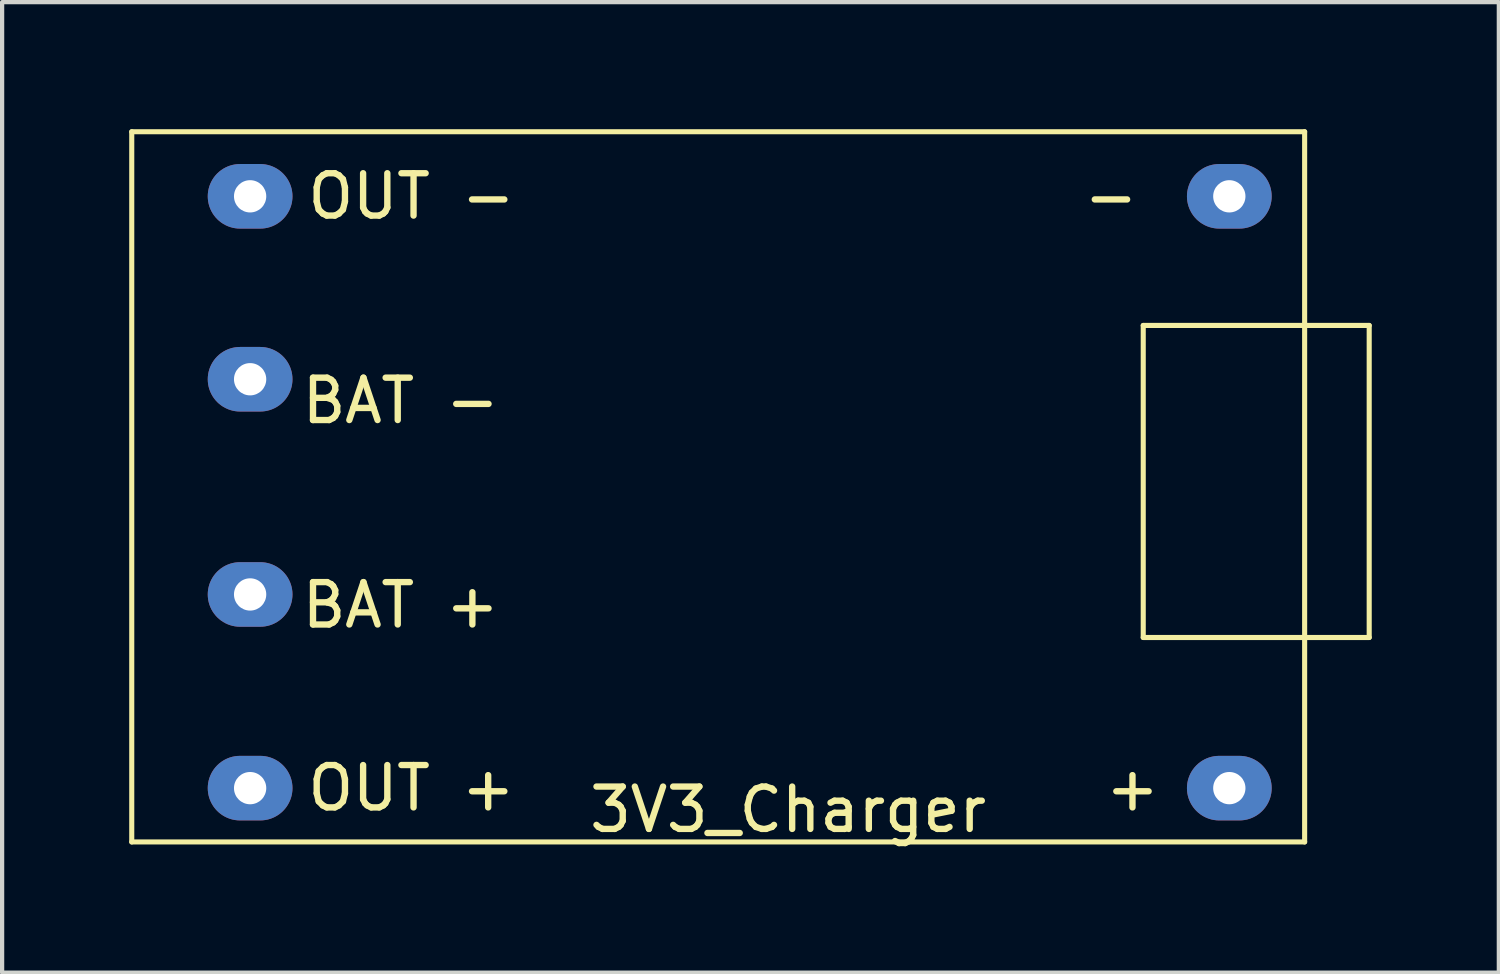
<source format=kicad_pcb>
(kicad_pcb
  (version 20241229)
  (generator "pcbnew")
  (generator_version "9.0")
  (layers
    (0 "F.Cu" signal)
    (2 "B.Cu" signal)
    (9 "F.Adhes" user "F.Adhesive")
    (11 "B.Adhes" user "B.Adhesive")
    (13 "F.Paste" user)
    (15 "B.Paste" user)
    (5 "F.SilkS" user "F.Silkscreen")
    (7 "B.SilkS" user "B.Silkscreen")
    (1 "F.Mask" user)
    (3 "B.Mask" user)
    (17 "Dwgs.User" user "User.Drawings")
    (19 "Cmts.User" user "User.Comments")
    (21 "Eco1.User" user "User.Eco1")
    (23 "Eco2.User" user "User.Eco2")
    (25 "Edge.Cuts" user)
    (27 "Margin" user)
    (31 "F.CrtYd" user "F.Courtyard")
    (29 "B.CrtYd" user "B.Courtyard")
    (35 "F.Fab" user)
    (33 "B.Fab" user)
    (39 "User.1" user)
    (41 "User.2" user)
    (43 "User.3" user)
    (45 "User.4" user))
  (footprint "3V3_Charger"
    (layer "F.Cu")
    (at 15.554 8.442)
    (property "Reference" "3V3_Charger" (at 0 7.62 0) (layer "F.SilkS") (effects (font (size 1 1) (thickness 0.15))))
    (attr through_hole)
    (fp_line (start -15.494 -8.382) (end 12.192 -8.382) (stroke (width 0.12) (type solid)) (layer "F.SilkS"))
    (fp_line (start -15.494 8.382) (end -15.494 -8.382) (stroke (width 0.12) (type solid)) (layer "F.SilkS"))
    (fp_line (start 8.382 -3.81) (end 13.716 -3.81) (stroke (width 0.12) (type solid)) (layer "F.SilkS"))
    (fp_line (start 8.382 3.556) (end 8.382 -3.81) (stroke (width 0.12) (type solid)) (layer "F.SilkS"))
    (fp_line (start 12.192 -8.382) (end 12.192 8.382) (stroke (width 0.12) (type solid)) (layer "F.SilkS"))
    (fp_line (start 12.192 8.382) (end -15.494 8.382) (stroke (width 0.12) (type solid)) (layer "F.SilkS"))
    (fp_line (start 13.716 -3.81) (end 13.716 3.556) (stroke (width 0.12) (type solid)) (layer "F.SilkS"))
    (fp_line (start 13.716 3.556) (end 8.382 3.556) (stroke (width 0.12) (type solid)) (layer "F.SilkS"))
    (fp_text user "+" (at 8.128 7.112 0) (layer "F.SilkS") (effects (font (size 1 1) (thickness 0.15))))
    (fp_text user "BAT +" (at -9.144 2.794 0) (layer "F.SilkS") (effects (font (size 1 1) (thickness 0.15))))
    (fp_text user "OUT +" (at -8.89 7.112 0) (layer "F.SilkS") (effects (font (size 1 1) (thickness 0.15))))
    (fp_text user "OUT -" (at -8.89 -6.858 0) (layer "F.SilkS") (effects (font (size 1 1) (thickness 0.15))))
    (fp_text user "BAT -" (at -9.144 -2.032 0) (layer "F.SilkS") (effects (font (size 1 1) (thickness 0.15))))
    (fp_text user "-" (at 7.62 -6.858 0) (layer "F.SilkS") (effects (font (size 1 1) (thickness 0.15))))
    (pad "1" thru_hole oval (at 10.414 -6.858) (size 2 1.524) (drill 0.762) (layers "*.Cu" "*.Mask"))
    (pad "2" thru_hole oval (at 10.414 7.112) (size 2 1.524) (drill 0.762) (layers "*.Cu" "*.Mask"))
    (pad "3" thru_hole oval (at -12.7 -6.858) (size 2 1.524) (drill 0.762) (layers "*.Cu" "*.Mask"))
    (pad "4" thru_hole oval (at -12.7 7.112) (size 2 1.524) (drill 0.762) (layers "*.Cu" "*.Mask"))
    (pad "5" thru_hole oval (at -12.7 -2.54) (size 2 1.524) (drill 0.762) (layers "*.Cu" "*.Mask"))
    (pad "6" thru_hole oval (at -12.7 2.54) (size 2 1.524) (drill 0.762) (layers "*.Cu" "*.Mask")))
  (gr_rect
    (start -3 -3)
    (end 32.33 19.91)
    (stroke (width 0.1) (type default))
    (fill no)
    (layer "Edge.Cuts")))
</source>
